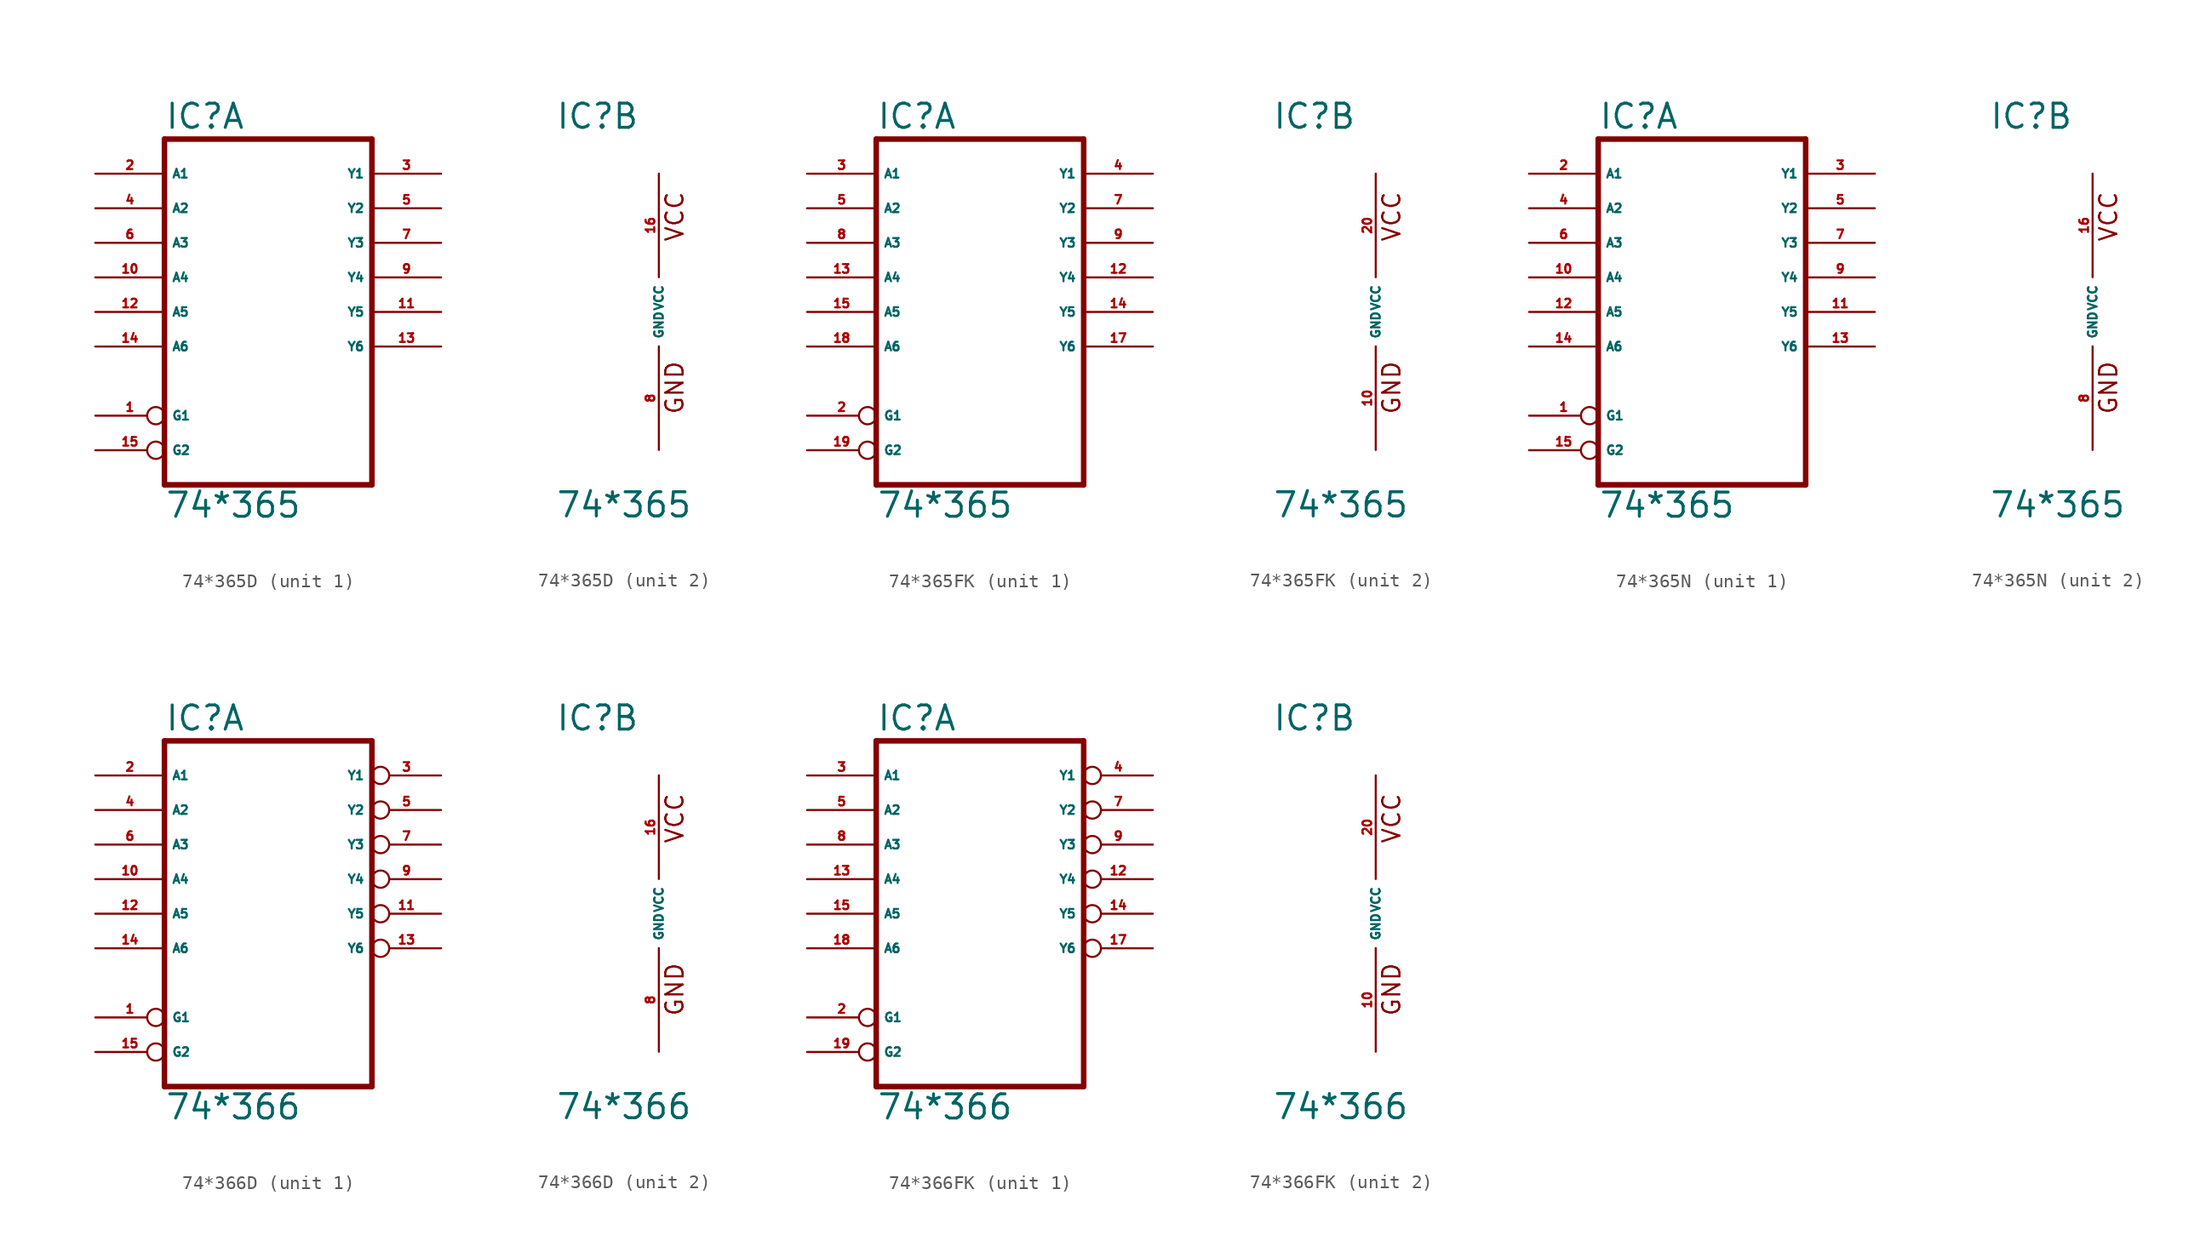
<source format=kicad_sym>
(kicad_symbol_lib
  (version 20220914)
  (generator Eagle2Kicad)
  (symbol "74*365D"
    (property "Reference" "IC"
      (at -7.62 13.335 0)
      (effects (font (size 1.778 1.778) (thickness 0.22)) (justify left bottom)))
    (property "Value" "74*365"
      (at -7.62 -15.24 0)
      (effects (font (size 1.778 1.778) (thickness 0.22)) (justify left bottom)))
    (symbol "74*365D_1_0"
      (polyline (pts (xy -7.62 -12.7) (xy 7.62 -12.7)) (stroke (width 0.406) (type default)) (fill (type none)))
      (polyline (pts (xy 7.62 -12.7) (xy 7.62 12.7)) (stroke (width 0.406) (type default)) (fill (type none)))
      (polyline (pts (xy 7.62 12.7) (xy -7.62 12.7)) (stroke (width 0.406) (type default)) (fill (type none)))
      (polyline (pts (xy -7.62 12.7) (xy -7.62 -12.7)) (stroke (width 0.406) (type default)) (fill (type none)))
      (pin input inverted (at -12.7 -7.62 0) (length 5.08) (name "G1" (effects (font (size 0.635 0.635) (thickness 0.08)) (justify left bottom))) (number "1" (effects (font (size 0.635 0.635) (thickness 0.08)) (justify left bottom))))
      (pin input line (at -12.7 10.16 0) (length 5.08) (name "A1" (effects (font (size 0.635 0.635) (thickness 0.08)) (justify left bottom))) (number "2" (effects (font (size 0.635 0.635) (thickness 0.08)) (justify left bottom))))
      (pin tri_state line (at 12.7 10.16 180) (length 5.08) (name "Y1" (effects (font (size 0.635 0.635) (thickness 0.08)) (justify left bottom))) (number "3" (effects (font (size 0.635 0.635) (thickness 0.08)) (justify left bottom))))
      (pin input line (at -12.7 7.62 0) (length 5.08) (name "A2" (effects (font (size 0.635 0.635) (thickness 0.08)) (justify left bottom))) (number "4" (effects (font (size 0.635 0.635) (thickness 0.08)) (justify left bottom))))
      (pin tri_state line (at 12.7 7.62 180) (length 5.08) (name "Y2" (effects (font (size 0.635 0.635) (thickness 0.08)) (justify left bottom))) (number "5" (effects (font (size 0.635 0.635) (thickness 0.08)) (justify left bottom))))
      (pin input line (at -12.7 5.08 0) (length 5.08) (name "A3" (effects (font (size 0.635 0.635) (thickness 0.08)) (justify left bottom))) (number "6" (effects (font (size 0.635 0.635) (thickness 0.08)) (justify left bottom))))
      (pin tri_state line (at 12.7 5.08 180) (length 5.08) (name "Y3" (effects (font (size 0.635 0.635) (thickness 0.08)) (justify left bottom))) (number "7" (effects (font (size 0.635 0.635) (thickness 0.08)) (justify left bottom))))
      (pin tri_state line (at 12.7 2.54 180) (length 5.08) (name "Y4" (effects (font (size 0.635 0.635) (thickness 0.08)) (justify left bottom))) (number "9" (effects (font (size 0.635 0.635) (thickness 0.08)) (justify left bottom))))
      (pin input line (at -12.7 2.54 0) (length 5.08) (name "A4" (effects (font (size 0.635 0.635) (thickness 0.08)) (justify left bottom))) (number "10" (effects (font (size 0.635 0.635) (thickness 0.08)) (justify left bottom))))
      (pin tri_state line (at 12.7 0 180) (length 5.08) (name "Y5" (effects (font (size 0.635 0.635) (thickness 0.08)) (justify left bottom))) (number "11" (effects (font (size 0.635 0.635) (thickness 0.08)) (justify left bottom))))
      (pin input line (at -12.7 0 0) (length 5.08) (name "A5" (effects (font (size 0.635 0.635) (thickness 0.08)) (justify left bottom))) (number "12" (effects (font (size 0.635 0.635) (thickness 0.08)) (justify left bottom))))
      (pin tri_state line (at 12.7 -2.54 180) (length 5.08) (name "Y6" (effects (font (size 0.635 0.635) (thickness 0.08)) (justify left bottom))) (number "13" (effects (font (size 0.635 0.635) (thickness 0.08)) (justify left bottom))))
      (pin input line (at -12.7 -2.54 0) (length 5.08) (name "A6" (effects (font (size 0.635 0.635) (thickness 0.08)) (justify left bottom))) (number "14" (effects (font (size 0.635 0.635) (thickness 0.08)) (justify left bottom))))
      (pin input inverted (at -12.7 -10.16 0) (length 5.08) (name "G2" (effects (font (size 0.635 0.635) (thickness 0.08)) (justify left bottom))) (number "15" (effects (font (size 0.635 0.635) (thickness 0.08)) (justify left bottom)))))
    (symbol "74*365D_2_0"
      (text "GND" (at 1.905 -7.62 900) (effects (font (size 1.27 1.27) (thickness 0.16)) (justify left bottom)))
      (text "VCC" (at 1.905 5.08 900) (effects (font (size 1.27 1.27) (thickness 0.16)) (justify left bottom)))
      (pin unspecified line (at 0 -10.16 90) (length 7.62) (name "GND" (effects (font (size 0.635 0.635) (thickness 0.08)) (justify left bottom))) (number "8" (effects (font (size 0.635 0.635) (thickness 0.08)) (justify left bottom))))
      (pin unspecified line (at 0 10.16 270) (length 7.62) (name "VCC" (effects (font (size 0.635 0.635) (thickness 0.08)) (justify left bottom))) (number "16" (effects (font (size 0.635 0.635) (thickness 0.08)) (justify left bottom))))))
  (symbol "74*365FK"
    (property "Reference" "IC"
      (at -7.62 13.335 0)
      (effects (font (size 1.778 1.778) (thickness 0.22)) (justify left bottom)))
    (property "Value" "74*365"
      (at -7.62 -15.24 0)
      (effects (font (size 1.778 1.778) (thickness 0.22)) (justify left bottom)))
    (symbol "74*365FK_1_0"
      (polyline (pts (xy -7.62 -12.7) (xy 7.62 -12.7)) (stroke (width 0.406) (type default)) (fill (type none)))
      (polyline (pts (xy 7.62 -12.7) (xy 7.62 12.7)) (stroke (width 0.406) (type default)) (fill (type none)))
      (polyline (pts (xy 7.62 12.7) (xy -7.62 12.7)) (stroke (width 0.406) (type default)) (fill (type none)))
      (polyline (pts (xy -7.62 12.7) (xy -7.62 -12.7)) (stroke (width 0.406) (type default)) (fill (type none)))
      (pin input inverted (at -12.7 -7.62 0) (length 5.08) (name "G1" (effects (font (size 0.635 0.635) (thickness 0.08)) (justify left bottom))) (number "2" (effects (font (size 0.635 0.635) (thickness 0.08)) (justify left bottom))))
      (pin input line (at -12.7 10.16 0) (length 5.08) (name "A1" (effects (font (size 0.635 0.635) (thickness 0.08)) (justify left bottom))) (number "3" (effects (font (size 0.635 0.635) (thickness 0.08)) (justify left bottom))))
      (pin tri_state line (at 12.7 10.16 180) (length 5.08) (name "Y1" (effects (font (size 0.635 0.635) (thickness 0.08)) (justify left bottom))) (number "4" (effects (font (size 0.635 0.635) (thickness 0.08)) (justify left bottom))))
      (pin input line (at -12.7 7.62 0) (length 5.08) (name "A2" (effects (font (size 0.635 0.635) (thickness 0.08)) (justify left bottom))) (number "5" (effects (font (size 0.635 0.635) (thickness 0.08)) (justify left bottom))))
      (pin tri_state line (at 12.7 7.62 180) (length 5.08) (name "Y2" (effects (font (size 0.635 0.635) (thickness 0.08)) (justify left bottom))) (number "7" (effects (font (size 0.635 0.635) (thickness 0.08)) (justify left bottom))))
      (pin input line (at -12.7 5.08 0) (length 5.08) (name "A3" (effects (font (size 0.635 0.635) (thickness 0.08)) (justify left bottom))) (number "8" (effects (font (size 0.635 0.635) (thickness 0.08)) (justify left bottom))))
      (pin tri_state line (at 12.7 5.08 180) (length 5.08) (name "Y3" (effects (font (size 0.635 0.635) (thickness 0.08)) (justify left bottom))) (number "9" (effects (font (size 0.635 0.635) (thickness 0.08)) (justify left bottom))))
      (pin tri_state line (at 12.7 2.54 180) (length 5.08) (name "Y4" (effects (font (size 0.635 0.635) (thickness 0.08)) (justify left bottom))) (number "12" (effects (font (size 0.635 0.635) (thickness 0.08)) (justify left bottom))))
      (pin input line (at -12.7 2.54 0) (length 5.08) (name "A4" (effects (font (size 0.635 0.635) (thickness 0.08)) (justify left bottom))) (number "13" (effects (font (size 0.635 0.635) (thickness 0.08)) (justify left bottom))))
      (pin tri_state line (at 12.7 0 180) (length 5.08) (name "Y5" (effects (font (size 0.635 0.635) (thickness 0.08)) (justify left bottom))) (number "14" (effects (font (size 0.635 0.635) (thickness 0.08)) (justify left bottom))))
      (pin input line (at -12.7 0 0) (length 5.08) (name "A5" (effects (font (size 0.635 0.635) (thickness 0.08)) (justify left bottom))) (number "15" (effects (font (size 0.635 0.635) (thickness 0.08)) (justify left bottom))))
      (pin tri_state line (at 12.7 -2.54 180) (length 5.08) (name "Y6" (effects (font (size 0.635 0.635) (thickness 0.08)) (justify left bottom))) (number "17" (effects (font (size 0.635 0.635) (thickness 0.08)) (justify left bottom))))
      (pin input line (at -12.7 -2.54 0) (length 5.08) (name "A6" (effects (font (size 0.635 0.635) (thickness 0.08)) (justify left bottom))) (number "18" (effects (font (size 0.635 0.635) (thickness 0.08)) (justify left bottom))))
      (pin input inverted (at -12.7 -10.16 0) (length 5.08) (name "G2" (effects (font (size 0.635 0.635) (thickness 0.08)) (justify left bottom))) (number "19" (effects (font (size 0.635 0.635) (thickness 0.08)) (justify left bottom)))))
    (symbol "74*365FK_2_0"
      (text "GND" (at 1.905 -7.62 900) (effects (font (size 1.27 1.27) (thickness 0.16)) (justify left bottom)))
      (text "VCC" (at 1.905 5.08 900) (effects (font (size 1.27 1.27) (thickness 0.16)) (justify left bottom)))
      (pin unspecified line (at 0 -10.16 90) (length 7.62) (name "GND" (effects (font (size 0.635 0.635) (thickness 0.08)) (justify left bottom))) (number "10" (effects (font (size 0.635 0.635) (thickness 0.08)) (justify left bottom))))
      (pin unspecified line (at 0 10.16 270) (length 7.62) (name "VCC" (effects (font (size 0.635 0.635) (thickness 0.08)) (justify left bottom))) (number "20" (effects (font (size 0.635 0.635) (thickness 0.08)) (justify left bottom))))))
  (symbol "74*365N"
    (property "Reference" "IC"
      (at -7.62 13.335 0)
      (effects (font (size 1.778 1.778) (thickness 0.22)) (justify left bottom)))
    (property "Value" "74*365"
      (at -7.62 -15.24 0)
      (effects (font (size 1.778 1.778) (thickness 0.22)) (justify left bottom)))
    (symbol "74*365N_1_0"
      (polyline (pts (xy -7.62 -12.7) (xy 7.62 -12.7)) (stroke (width 0.406) (type default)) (fill (type none)))
      (polyline (pts (xy 7.62 -12.7) (xy 7.62 12.7)) (stroke (width 0.406) (type default)) (fill (type none)))
      (polyline (pts (xy 7.62 12.7) (xy -7.62 12.7)) (stroke (width 0.406) (type default)) (fill (type none)))
      (polyline (pts (xy -7.62 12.7) (xy -7.62 -12.7)) (stroke (width 0.406) (type default)) (fill (type none)))
      (pin input inverted (at -12.7 -7.62 0) (length 5.08) (name "G1" (effects (font (size 0.635 0.635) (thickness 0.08)) (justify left bottom))) (number "1" (effects (font (size 0.635 0.635) (thickness 0.08)) (justify left bottom))))
      (pin input line (at -12.7 10.16 0) (length 5.08) (name "A1" (effects (font (size 0.635 0.635) (thickness 0.08)) (justify left bottom))) (number "2" (effects (font (size 0.635 0.635) (thickness 0.08)) (justify left bottom))))
      (pin tri_state line (at 12.7 10.16 180) (length 5.08) (name "Y1" (effects (font (size 0.635 0.635) (thickness 0.08)) (justify left bottom))) (number "3" (effects (font (size 0.635 0.635) (thickness 0.08)) (justify left bottom))))
      (pin input line (at -12.7 7.62 0) (length 5.08) (name "A2" (effects (font (size 0.635 0.635) (thickness 0.08)) (justify left bottom))) (number "4" (effects (font (size 0.635 0.635) (thickness 0.08)) (justify left bottom))))
      (pin tri_state line (at 12.7 7.62 180) (length 5.08) (name "Y2" (effects (font (size 0.635 0.635) (thickness 0.08)) (justify left bottom))) (number "5" (effects (font (size 0.635 0.635) (thickness 0.08)) (justify left bottom))))
      (pin input line (at -12.7 5.08 0) (length 5.08) (name "A3" (effects (font (size 0.635 0.635) (thickness 0.08)) (justify left bottom))) (number "6" (effects (font (size 0.635 0.635) (thickness 0.08)) (justify left bottom))))
      (pin tri_state line (at 12.7 5.08 180) (length 5.08) (name "Y3" (effects (font (size 0.635 0.635) (thickness 0.08)) (justify left bottom))) (number "7" (effects (font (size 0.635 0.635) (thickness 0.08)) (justify left bottom))))
      (pin tri_state line (at 12.7 2.54 180) (length 5.08) (name "Y4" (effects (font (size 0.635 0.635) (thickness 0.08)) (justify left bottom))) (number "9" (effects (font (size 0.635 0.635) (thickness 0.08)) (justify left bottom))))
      (pin input line (at -12.7 2.54 0) (length 5.08) (name "A4" (effects (font (size 0.635 0.635) (thickness 0.08)) (justify left bottom))) (number "10" (effects (font (size 0.635 0.635) (thickness 0.08)) (justify left bottom))))
      (pin tri_state line (at 12.7 0 180) (length 5.08) (name "Y5" (effects (font (size 0.635 0.635) (thickness 0.08)) (justify left bottom))) (number "11" (effects (font (size 0.635 0.635) (thickness 0.08)) (justify left bottom))))
      (pin input line (at -12.7 0 0) (length 5.08) (name "A5" (effects (font (size 0.635 0.635) (thickness 0.08)) (justify left bottom))) (number "12" (effects (font (size 0.635 0.635) (thickness 0.08)) (justify left bottom))))
      (pin tri_state line (at 12.7 -2.54 180) (length 5.08) (name "Y6" (effects (font (size 0.635 0.635) (thickness 0.08)) (justify left bottom))) (number "13" (effects (font (size 0.635 0.635) (thickness 0.08)) (justify left bottom))))
      (pin input line (at -12.7 -2.54 0) (length 5.08) (name "A6" (effects (font (size 0.635 0.635) (thickness 0.08)) (justify left bottom))) (number "14" (effects (font (size 0.635 0.635) (thickness 0.08)) (justify left bottom))))
      (pin input inverted (at -12.7 -10.16 0) (length 5.08) (name "G2" (effects (font (size 0.635 0.635) (thickness 0.08)) (justify left bottom))) (number "15" (effects (font (size 0.635 0.635) (thickness 0.08)) (justify left bottom)))))
    (symbol "74*365N_2_0"
      (text "GND" (at 1.905 -7.62 900) (effects (font (size 1.27 1.27) (thickness 0.16)) (justify left bottom)))
      (text "VCC" (at 1.905 5.08 900) (effects (font (size 1.27 1.27) (thickness 0.16)) (justify left bottom)))
      (pin unspecified line (at 0 -10.16 90) (length 7.62) (name "GND" (effects (font (size 0.635 0.635) (thickness 0.08)) (justify left bottom))) (number "8" (effects (font (size 0.635 0.635) (thickness 0.08)) (justify left bottom))))
      (pin unspecified line (at 0 10.16 270) (length 7.62) (name "VCC" (effects (font (size 0.635 0.635) (thickness 0.08)) (justify left bottom))) (number "16" (effects (font (size 0.635 0.635) (thickness 0.08)) (justify left bottom))))))
  (symbol "74*366D"
    (property "Reference" "IC"
      (at -7.62 13.335 0)
      (effects (font (size 1.778 1.778) (thickness 0.22)) (justify left bottom)))
    (property "Value" "74*366"
      (at -7.62 -15.24 0)
      (effects (font (size 1.778 1.778) (thickness 0.22)) (justify left bottom)))
    (symbol "74*366D_1_0"
      (polyline (pts (xy -7.62 -12.7) (xy 7.62 -12.7)) (stroke (width 0.406) (type default)) (fill (type none)))
      (polyline (pts (xy 7.62 -12.7) (xy 7.62 12.7)) (stroke (width 0.406) (type default)) (fill (type none)))
      (polyline (pts (xy 7.62 12.7) (xy -7.62 12.7)) (stroke (width 0.406) (type default)) (fill (type none)))
      (polyline (pts (xy -7.62 12.7) (xy -7.62 -12.7)) (stroke (width 0.406) (type default)) (fill (type none)))
      (pin input inverted (at -12.7 -7.62 0) (length 5.08) (name "G1" (effects (font (size 0.635 0.635) (thickness 0.08)) (justify left bottom))) (number "1" (effects (font (size 0.635 0.635) (thickness 0.08)) (justify left bottom))))
      (pin input line (at -12.7 10.16 0) (length 5.08) (name "A1" (effects (font (size 0.635 0.635) (thickness 0.08)) (justify left bottom))) (number "2" (effects (font (size 0.635 0.635) (thickness 0.08)) (justify left bottom))))
      (pin tri_state inverted (at 12.7 10.16 180) (length 5.08) (name "Y1" (effects (font (size 0.635 0.635) (thickness 0.08)) (justify left bottom))) (number "3" (effects (font (size 0.635 0.635) (thickness 0.08)) (justify left bottom))))
      (pin input line (at -12.7 7.62 0) (length 5.08) (name "A2" (effects (font (size 0.635 0.635) (thickness 0.08)) (justify left bottom))) (number "4" (effects (font (size 0.635 0.635) (thickness 0.08)) (justify left bottom))))
      (pin tri_state inverted (at 12.7 7.62 180) (length 5.08) (name "Y2" (effects (font (size 0.635 0.635) (thickness 0.08)) (justify left bottom))) (number "5" (effects (font (size 0.635 0.635) (thickness 0.08)) (justify left bottom))))
      (pin input line (at -12.7 5.08 0) (length 5.08) (name "A3" (effects (font (size 0.635 0.635) (thickness 0.08)) (justify left bottom))) (number "6" (effects (font (size 0.635 0.635) (thickness 0.08)) (justify left bottom))))
      (pin tri_state inverted (at 12.7 5.08 180) (length 5.08) (name "Y3" (effects (font (size 0.635 0.635) (thickness 0.08)) (justify left bottom))) (number "7" (effects (font (size 0.635 0.635) (thickness 0.08)) (justify left bottom))))
      (pin tri_state inverted (at 12.7 2.54 180) (length 5.08) (name "Y4" (effects (font (size 0.635 0.635) (thickness 0.08)) (justify left bottom))) (number "9" (effects (font (size 0.635 0.635) (thickness 0.08)) (justify left bottom))))
      (pin input line (at -12.7 2.54 0) (length 5.08) (name "A4" (effects (font (size 0.635 0.635) (thickness 0.08)) (justify left bottom))) (number "10" (effects (font (size 0.635 0.635) (thickness 0.08)) (justify left bottom))))
      (pin tri_state inverted (at 12.7 0 180) (length 5.08) (name "Y5" (effects (font (size 0.635 0.635) (thickness 0.08)) (justify left bottom))) (number "11" (effects (font (size 0.635 0.635) (thickness 0.08)) (justify left bottom))))
      (pin input line (at -12.7 0 0) (length 5.08) (name "A5" (effects (font (size 0.635 0.635) (thickness 0.08)) (justify left bottom))) (number "12" (effects (font (size 0.635 0.635) (thickness 0.08)) (justify left bottom))))
      (pin tri_state inverted (at 12.7 -2.54 180) (length 5.08) (name "Y6" (effects (font (size 0.635 0.635) (thickness 0.08)) (justify left bottom))) (number "13" (effects (font (size 0.635 0.635) (thickness 0.08)) (justify left bottom))))
      (pin input line (at -12.7 -2.54 0) (length 5.08) (name "A6" (effects (font (size 0.635 0.635) (thickness 0.08)) (justify left bottom))) (number "14" (effects (font (size 0.635 0.635) (thickness 0.08)) (justify left bottom))))
      (pin input inverted (at -12.7 -10.16 0) (length 5.08) (name "G2" (effects (font (size 0.635 0.635) (thickness 0.08)) (justify left bottom))) (number "15" (effects (font (size 0.635 0.635) (thickness 0.08)) (justify left bottom)))))
    (symbol "74*366D_2_0"
      (text "GND" (at 1.905 -7.62 900) (effects (font (size 1.27 1.27) (thickness 0.16)) (justify left bottom)))
      (text "VCC" (at 1.905 5.08 900) (effects (font (size 1.27 1.27) (thickness 0.16)) (justify left bottom)))
      (pin unspecified line (at 0 -10.16 90) (length 7.62) (name "GND" (effects (font (size 0.635 0.635) (thickness 0.08)) (justify left bottom))) (number "8" (effects (font (size 0.635 0.635) (thickness 0.08)) (justify left bottom))))
      (pin unspecified line (at 0 10.16 270) (length 7.62) (name "VCC" (effects (font (size 0.635 0.635) (thickness 0.08)) (justify left bottom))) (number "16" (effects (font (size 0.635 0.635) (thickness 0.08)) (justify left bottom))))))
  (symbol "74*366FK"
    (property "Reference" "IC"
      (at -7.62 13.335 0)
      (effects (font (size 1.778 1.778) (thickness 0.22)) (justify left bottom)))
    (property "Value" "74*366"
      (at -7.62 -15.24 0)
      (effects (font (size 1.778 1.778) (thickness 0.22)) (justify left bottom)))
    (symbol "74*366FK_1_0"
      (polyline (pts (xy -7.62 -12.7) (xy 7.62 -12.7)) (stroke (width 0.406) (type default)) (fill (type none)))
      (polyline (pts (xy 7.62 -12.7) (xy 7.62 12.7)) (stroke (width 0.406) (type default)) (fill (type none)))
      (polyline (pts (xy 7.62 12.7) (xy -7.62 12.7)) (stroke (width 0.406) (type default)) (fill (type none)))
      (polyline (pts (xy -7.62 12.7) (xy -7.62 -12.7)) (stroke (width 0.406) (type default)) (fill (type none)))
      (pin input inverted (at -12.7 -7.62 0) (length 5.08) (name "G1" (effects (font (size 0.635 0.635) (thickness 0.08)) (justify left bottom))) (number "2" (effects (font (size 0.635 0.635) (thickness 0.08)) (justify left bottom))))
      (pin input line (at -12.7 10.16 0) (length 5.08) (name "A1" (effects (font (size 0.635 0.635) (thickness 0.08)) (justify left bottom))) (number "3" (effects (font (size 0.635 0.635) (thickness 0.08)) (justify left bottom))))
      (pin tri_state inverted (at 12.7 10.16 180) (length 5.08) (name "Y1" (effects (font (size 0.635 0.635) (thickness 0.08)) (justify left bottom))) (number "4" (effects (font (size 0.635 0.635) (thickness 0.08)) (justify left bottom))))
      (pin input line (at -12.7 7.62 0) (length 5.08) (name "A2" (effects (font (size 0.635 0.635) (thickness 0.08)) (justify left bottom))) (number "5" (effects (font (size 0.635 0.635) (thickness 0.08)) (justify left bottom))))
      (pin tri_state inverted (at 12.7 7.62 180) (length 5.08) (name "Y2" (effects (font (size 0.635 0.635) (thickness 0.08)) (justify left bottom))) (number "7" (effects (font (size 0.635 0.635) (thickness 0.08)) (justify left bottom))))
      (pin input line (at -12.7 5.08 0) (length 5.08) (name "A3" (effects (font (size 0.635 0.635) (thickness 0.08)) (justify left bottom))) (number "8" (effects (font (size 0.635 0.635) (thickness 0.08)) (justify left bottom))))
      (pin tri_state inverted (at 12.7 5.08 180) (length 5.08) (name "Y3" (effects (font (size 0.635 0.635) (thickness 0.08)) (justify left bottom))) (number "9" (effects (font (size 0.635 0.635) (thickness 0.08)) (justify left bottom))))
      (pin tri_state inverted (at 12.7 2.54 180) (length 5.08) (name "Y4" (effects (font (size 0.635 0.635) (thickness 0.08)) (justify left bottom))) (number "12" (effects (font (size 0.635 0.635) (thickness 0.08)) (justify left bottom))))
      (pin input line (at -12.7 2.54 0) (length 5.08) (name "A4" (effects (font (size 0.635 0.635) (thickness 0.08)) (justify left bottom))) (number "13" (effects (font (size 0.635 0.635) (thickness 0.08)) (justify left bottom))))
      (pin tri_state inverted (at 12.7 0 180) (length 5.08) (name "Y5" (effects (font (size 0.635 0.635) (thickness 0.08)) (justify left bottom))) (number "14" (effects (font (size 0.635 0.635) (thickness 0.08)) (justify left bottom))))
      (pin input line (at -12.7 0 0) (length 5.08) (name "A5" (effects (font (size 0.635 0.635) (thickness 0.08)) (justify left bottom))) (number "15" (effects (font (size 0.635 0.635) (thickness 0.08)) (justify left bottom))))
      (pin tri_state inverted (at 12.7 -2.54 180) (length 5.08) (name "Y6" (effects (font (size 0.635 0.635) (thickness 0.08)) (justify left bottom))) (number "17" (effects (font (size 0.635 0.635) (thickness 0.08)) (justify left bottom))))
      (pin input line (at -12.7 -2.54 0) (length 5.08) (name "A6" (effects (font (size 0.635 0.635) (thickness 0.08)) (justify left bottom))) (number "18" (effects (font (size 0.635 0.635) (thickness 0.08)) (justify left bottom))))
      (pin input inverted (at -12.7 -10.16 0) (length 5.08) (name "G2" (effects (font (size 0.635 0.635) (thickness 0.08)) (justify left bottom))) (number "19" (effects (font (size 0.635 0.635) (thickness 0.08)) (justify left bottom)))))
    (symbol "74*366FK_2_0"
      (text "GND" (at 1.905 -7.62 900) (effects (font (size 1.27 1.27) (thickness 0.16)) (justify left bottom)))
      (text "VCC" (at 1.905 5.08 900) (effects (font (size 1.27 1.27) (thickness 0.16)) (justify left bottom)))
      (pin unspecified line (at 0 -10.16 90) (length 7.62) (name "GND" (effects (font (size 0.635 0.635) (thickness 0.08)) (justify left bottom))) (number "10" (effects (font (size 0.635 0.635) (thickness 0.08)) (justify left bottom))))
      (pin unspecified line (at 0 10.16 270) (length 7.62) (name "VCC" (effects (font (size 0.635 0.635) (thickness 0.08)) (justify left bottom))) (number "20" (effects (font (size 0.635 0.635) (thickness 0.08)) (justify left bottom)))))))
</source>
